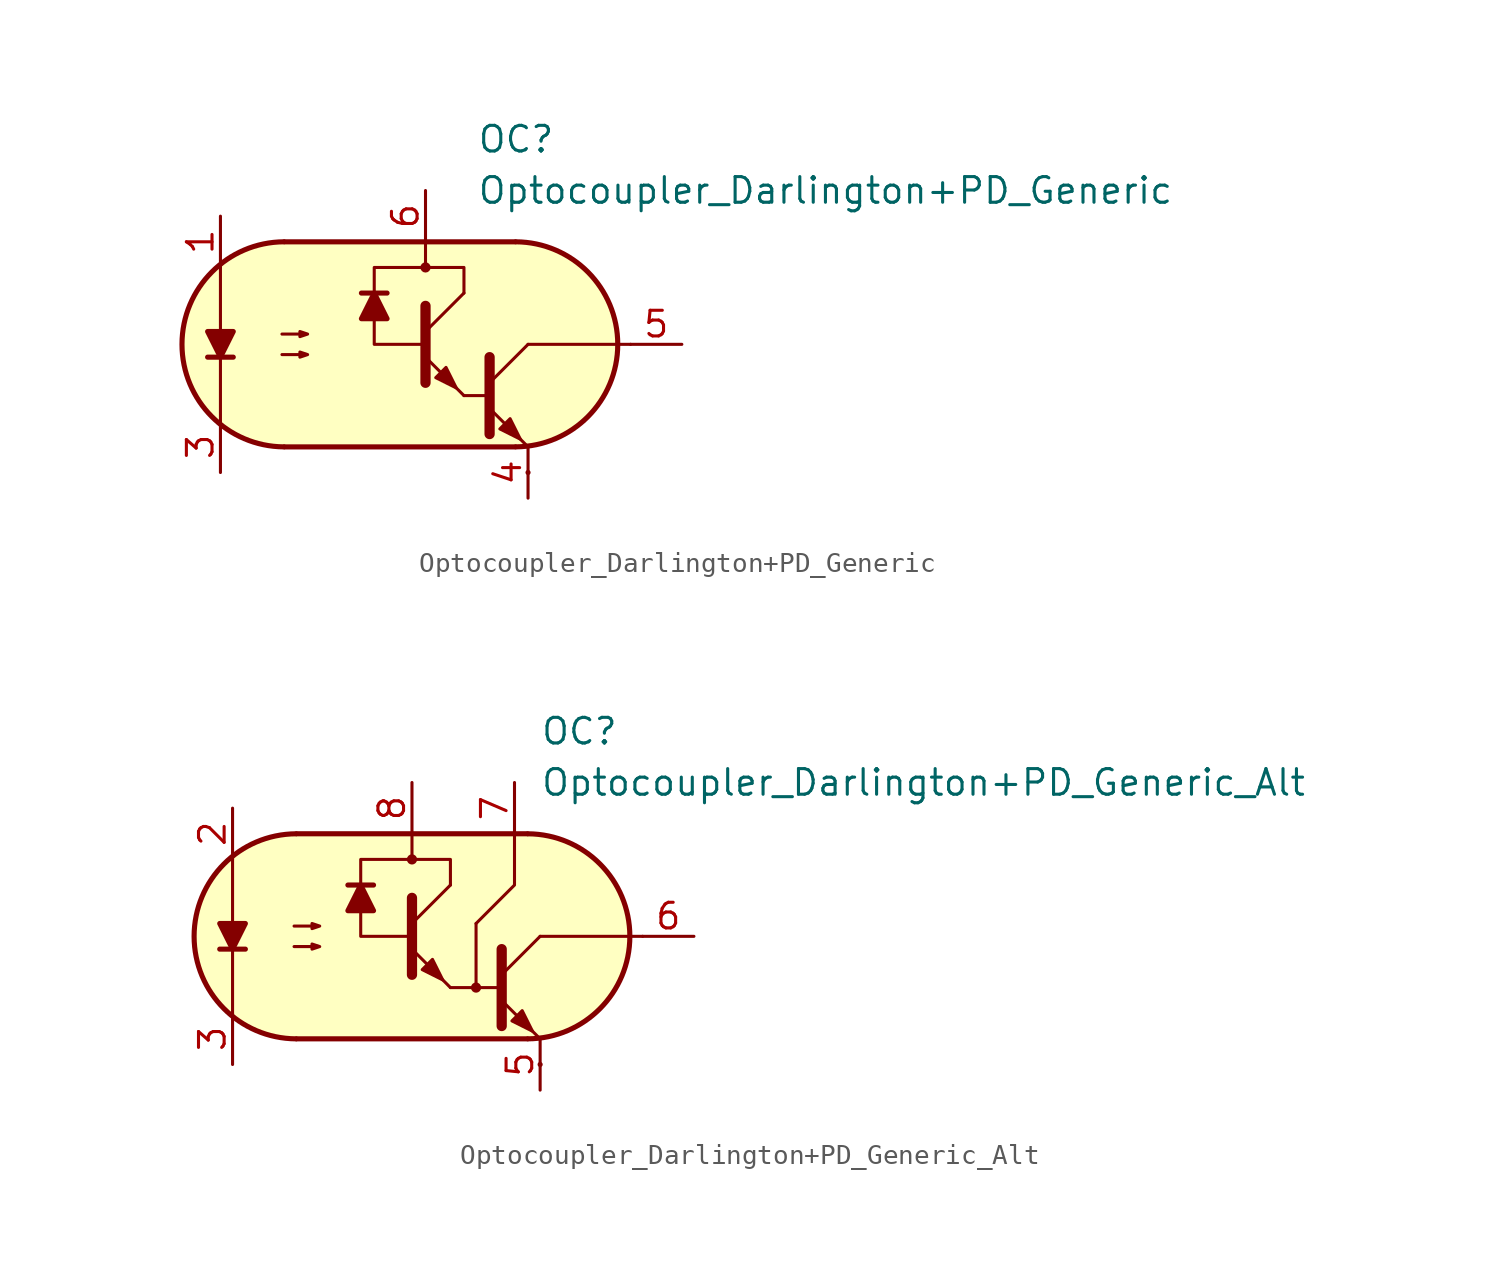
<source format=kicad_sym>
(kicad_symbol_lib
  (version 20231120)
  (generator "kicad_symbol_editor")
  (generator_version "8.0")
  (symbol "Optocoupler_Darlington+PD_Generic"
    (pin_names
      (offset 1.016))
    (property "Reference" "OC"
      (at 10.16 10.16 0)
      (effects (font (size 1.27 1.27)) (justify left)))
    (property "Value" "Optocoupler_Darlington+PD_Generic"
      (at 10.16 7.62 0)
      (effects (font (size 1.27 1.27)) (justify left)))
    (symbol "Optocoupler_Darlington+PD_Generic_0_0"
      (polyline (pts (xy 10.795 -2.54) (xy 9.525 -2.54)) (stroke (width 0) (type default)) (fill (type none)))
      (rectangle (start 12.7 -6.35) (end 12.7 -6.35) (stroke (width 0.254) (type default)) (fill (type background))))
    (symbol "Optocoupler_Darlington+PD_Generic_0_1"
      (polyline (pts (xy -3.175 -0.635) (xy -1.905 -0.635)) (stroke (width 0.254) (type default)) (fill (type none)))
      (polyline (pts (xy -2.54 -3.81) (xy -2.54 3.81)) (stroke (width 0.152) (type default)) (fill (type none)))
      (polyline (pts (xy 0.635 5.08) (xy 12.065 5.08)) (stroke (width 0.254) (type default)) (fill (type none)))
      (polyline (pts (xy 7.62 3.81) (xy 7.62 5.08)) (stroke (width 0.152) (type default)) (fill (type none)))
      (polyline (pts (xy 10.795 -1.905) (xy 12.7 0)) (stroke (width 0) (type default)) (fill (type none)))
      (polyline (pts (xy 12.065 -5.08) (xy 0.635 -5.08)) (stroke (width 0.254) (type default)) (fill (type none)))
      (polyline (pts (xy 12.7 -5.08) (xy 10.795 -3.175)) (stroke (width 0) (type default)) (fill (type outline)))
      (polyline (pts (xy 12.7 0) (xy 17.78 0)) (stroke (width 0.152) (type default)) (fill (type none)))
      (polyline (pts (xy 10.795 -0.635) (xy 10.795 -4.445) (xy 10.795 -4.445)) (stroke (width 0.508) (type default)) (fill (type none)))
      (polyline (pts (xy -2.54 -0.635) (xy -3.175 0.635) (xy -1.905 0.635) (xy -2.54 -0.635)) (stroke (width 0.254) (type default)) (fill (type outline)))
      (polyline (pts (xy 0.508 -0.508) (xy 1.778 -0.508) (xy 1.397 -0.635) (xy 1.397 -0.381) (xy 1.778 -0.508)) (stroke (width 0) (type default)) (fill (type none)))
      (polyline (pts (xy 0.508 0.508) (xy 1.778 0.508) (xy 1.397 0.381) (xy 1.397 0.635) (xy 1.778 0.508)) (stroke (width 0) (type default)) (fill (type none)))
      (polyline (pts (xy 9.525 2.54) (xy 9.525 3.81) (xy 5.08 3.81) (xy 5.08 0) (xy 7.62 0)) (stroke (width 0.152) (type default)) (fill (type none)))
      (polyline (pts (xy 11.303 -4.191) (xy 11.811 -3.683) (xy 12.319 -4.699) (xy 11.303 -4.191) (xy 11.303 -4.191)) (stroke (width 0) (type default)) (fill (type outline)))
      (polyline (pts (xy 0.635 5.08) (xy -0.635 4.953) (xy -2.032 4.318) (xy -3.048 3.556) (xy -3.937 2.286) (xy -4.318 0.889) (xy -4.445 0) (xy -4.318 -1.27) (xy -3.81 -2.54) (xy -3.048 -3.429) (xy -2.159 -4.191) (xy -1.143 -4.699) (xy -0.381 -4.953) (xy 0.508 -5.08) (xy 12.319 -5.08) (xy 13.589 -4.826) (xy 14.732 -4.318) (xy 15.621 -3.683) (xy 16.51 -2.54) (xy 17.018 -1.27) (xy 17.145 0) (xy 17.018 1.27) (xy 16.637 2.286) (xy 15.875 3.429) (xy 14.986 4.191) (xy 13.716 4.826) (xy 12.573 5.08) (xy 12.065 5.08) (xy 0.635 5.08)) (stroke (width 0.01) (type default)) (fill (type background)))
      (arc (start 0.6031 5.08) (mid -4.4451 0) (end 0.6031 -5.08) (stroke (width 0.254) (type default)) (fill (type none)))
      (arc (start 12.0969 -5.08) (mid 17.1451 0) (end 12.0969 5.08) (stroke (width 0.254) (type default)) (fill (type none))))
    (symbol "Optocoupler_Darlington+PD_Generic_1_1"
      (polyline (pts (xy 5.715 2.54) (xy 4.445 2.54)) (stroke (width 0.254) (type default)) (fill (type none)))
      (polyline (pts (xy 7.62 0.635) (xy 9.525 2.54)) (stroke (width 0) (type default)) (fill (type none)))
      (polyline (pts (xy 9.525 -2.54) (xy 7.62 -0.635)) (stroke (width 0) (type default)) (fill (type outline)))
      (polyline (pts (xy 7.62 1.905) (xy 7.62 -1.905) (xy 7.62 -1.905)) (stroke (width 0.508) (type default)) (fill (type none)))
      (polyline (pts (xy 5.08 2.54) (xy 5.715 1.27) (xy 4.445 1.27) (xy 5.08 2.54)) (stroke (width 0.254) (type default)) (fill (type outline)))
      (polyline (pts (xy 8.128 -1.651) (xy 8.636 -1.143) (xy 9.144 -2.159) (xy 8.128 -1.651) (xy 8.128 -1.651)) (stroke (width 0) (type default)) (fill (type outline)))
      (circle (center 7.62 3.81) (radius 0.178) (stroke (width 0) (type default)) (fill (type outline)))
      (pin passive line (at -2.54 6.35 270) (length 2.54) (name "~" (effects (font (size 1.27 1.27)))) (number "1" (effects (font (size 1.27 1.27)))))
      (pin free line (at 6.35 0 0) (length 2.54) hide (name "NC" (effects (font (size 1.27 1.27)))) (number "2" (effects (font (size 1.27 1.27)))))
      (pin passive line (at -2.54 -6.35 90) (length 2.54) (name "~" (effects (font (size 1.27 1.27)))) (number "3" (effects (font (size 1.27 1.27)))))
      (pin passive line (at 12.7 -7.62 90) (length 2.54) (name "~" (effects (font (size 1.27 1.27)))) (number "4" (effects (font (size 1.27 1.27)))))
      (pin passive line (at 20.32 0 180) (length 2.54) (name "~" (effects (font (size 1.27 1.27)))) (number "5" (effects (font (size 1.27 1.27)))))
      (pin passive line (at 7.62 7.62 270) (length 2.54) (name "~" (effects (font (size 1.27 1.27)))) (number "6" (effects (font (size 1.27 1.27)))))))
  (symbol "Optocoupler_Darlington+PD_Generic_Alt"
    (pin_names
      (offset 1.016))
    (property "Reference" "OC"
      (at 6.35 10.16 0)
      (effects (font (size 1.27 1.27)) (justify left)))
    (property "Value" "Optocoupler_Darlington+PD_Generic_Alt"
      (at 6.35 7.62 0)
      (effects (font (size 1.27 1.27)) (justify left)))
    (symbol "Optocoupler_Darlington+PD_Generic_Alt_0_0"
      (polyline (pts (xy 4.445 -2.54) (xy 3.175 -2.54)) (stroke (width 0) (type default)) (fill (type none)))
      (rectangle (start 6.35 -6.35) (end 6.35 -6.35) (stroke (width 0.254) (type default)) (fill (type background))))
    (symbol "Optocoupler_Darlington+PD_Generic_Alt_0_1"
      (arc (start -5.7469 5.08) (mid -10.7951 0) (end -5.7469 -5.08) (stroke (width 0.254) (type default)) (fill (type none)))
      (polyline (pts (xy -9.525 -0.635) (xy -8.255 -0.635)) (stroke (width 0.254) (type default)) (fill (type none)))
      (polyline (pts (xy -8.89 -3.81) (xy -8.89 3.81)) (stroke (width 0.152) (type default)) (fill (type none)))
      (polyline (pts (xy -5.715 5.08) (xy 5.715 5.08)) (stroke (width 0.254) (type default)) (fill (type none)))
      (polyline (pts (xy 0 3.81) (xy 0 5.08)) (stroke (width 0.152) (type default)) (fill (type none)))
      (polyline (pts (xy 1.905 -2.54) (xy 3.175 -2.54)) (stroke (width 0.152) (type default)) (fill (type none)))
      (polyline (pts (xy 3.175 0.635) (xy 3.175 -2.54)) (stroke (width 0.152) (type default)) (fill (type none)))
      (polyline (pts (xy 4.445 -1.905) (xy 6.35 0)) (stroke (width 0) (type default)) (fill (type none)))
      (polyline (pts (xy 5.715 -5.08) (xy -5.715 -5.08)) (stroke (width 0.254) (type default)) (fill (type none)))
      (polyline (pts (xy 6.35 -5.08) (xy 4.445 -3.175)) (stroke (width 0) (type default)) (fill (type outline)))
      (polyline (pts (xy 6.35 0) (xy 11.43 0)) (stroke (width 0.152) (type default)) (fill (type none)))
      (polyline (pts (xy 3.175 0.635) (xy 5.08 2.54) (xy 5.08 5.08)) (stroke (width 0.152) (type default)) (fill (type none)))
      (polyline (pts (xy 4.445 -0.635) (xy 4.445 -4.445) (xy 4.445 -4.445)) (stroke (width 0.508) (type default)) (fill (type none)))
      (polyline (pts (xy -8.89 -0.635) (xy -9.525 0.635) (xy -8.255 0.635) (xy -8.89 -0.635)) (stroke (width 0.254) (type default)) (fill (type outline)))
      (polyline (pts (xy -5.842 -0.508) (xy -4.572 -0.508) (xy -4.953 -0.635) (xy -4.953 -0.381) (xy -4.572 -0.508)) (stroke (width 0) (type default)) (fill (type none)))
      (polyline (pts (xy -5.842 0.508) (xy -4.572 0.508) (xy -4.953 0.381) (xy -4.953 0.635) (xy -4.572 0.508)) (stroke (width 0) (type default)) (fill (type none)))
      (polyline (pts (xy 1.905 2.54) (xy 1.905 3.81) (xy -2.54 3.81) (xy -2.54 0) (xy 0 0)) (stroke (width 0.152) (type default)) (fill (type none)))
      (polyline (pts (xy 4.953 -4.191) (xy 5.461 -3.683) (xy 5.969 -4.699) (xy 4.953 -4.191) (xy 4.953 -4.191)) (stroke (width 0) (type default)) (fill (type outline)))
      (polyline (pts (xy -5.715 5.08) (xy -6.985 4.953) (xy -8.382 4.318) (xy -9.398 3.556) (xy -10.287 2.286) (xy -10.668 0.889) (xy -10.795 0) (xy -10.668 -1.27) (xy -10.16 -2.54) (xy -9.398 -3.429) (xy -8.509 -4.191) (xy -7.493 -4.699) (xy -6.731 -4.953) (xy -5.842 -5.08) (xy 5.969 -5.08) (xy 7.239 -4.826) (xy 8.382 -4.318) (xy 9.271 -3.683) (xy 10.16 -2.54) (xy 10.668 -1.27) (xy 10.795 0) (xy 10.668 1.27) (xy 10.287 2.286) (xy 9.525 3.429) (xy 8.636 4.191) (xy 7.366 4.826) (xy 6.223 5.08) (xy 5.715 5.08) (xy -5.715 5.08)) (stroke (width 0.01) (type default)) (fill (type background)))
      (arc (start 5.7469 -5.08) (mid 10.7951 0) (end 5.7469 5.08) (stroke (width 0.254) (type default)) (fill (type none))))
    (symbol "Optocoupler_Darlington+PD_Generic_Alt_1_1"
      (polyline (pts (xy -1.905 2.54) (xy -3.175 2.54)) (stroke (width 0.254) (type default)) (fill (type none)))
      (polyline (pts (xy 0 0.635) (xy 1.905 2.54)) (stroke (width 0) (type default)) (fill (type none)))
      (polyline (pts (xy 1.905 -2.54) (xy 0 -0.635)) (stroke (width 0) (type default)) (fill (type outline)))
      (polyline (pts (xy 0 1.905) (xy 0 -1.905) (xy 0 -1.905)) (stroke (width 0.508) (type default)) (fill (type none)))
      (polyline (pts (xy -2.54 2.54) (xy -1.905 1.27) (xy -3.175 1.27) (xy -2.54 2.54)) (stroke (width 0.254) (type default)) (fill (type outline)))
      (polyline (pts (xy 0.508 -1.651) (xy 1.016 -1.143) (xy 1.524 -2.159) (xy 0.508 -1.651) (xy 0.508 -1.651)) (stroke (width 0) (type default)) (fill (type outline)))
      (circle (center 0 3.81) (radius 0.178) (stroke (width 0) (type default)) (fill (type outline)))
      (circle (center 3.175 -2.54) (radius 0.178) (stroke (width 0) (type default)) (fill (type outline)))
      (pin free line (at 0 1.27 0) (length 2.54) hide (name "NC" (effects (font (size 1.27 1.27)))) (number "1" (effects (font (size 1.27 1.27)))))
      (pin passive line (at -8.89 6.35 270) (length 2.54) (name "~" (effects (font (size 1.27 1.27)))) (number "2" (effects (font (size 1.27 1.27)))))
      (pin passive line (at -8.89 -6.35 90) (length 2.54) (name "~" (effects (font (size 1.27 1.27)))) (number "3" (effects (font (size 1.27 1.27)))))
      (pin free line (at 0 -1.27 0) (length 2.54) hide (name "NC" (effects (font (size 1.27 1.27)))) (number "4" (effects (font (size 1.27 1.27)))))
      (pin passive line (at 6.35 -7.62 90) (length 2.54) (name "~" (effects (font (size 1.27 1.27)))) (number "5" (effects (font (size 1.27 1.27)))))
      (pin passive line (at 13.97 0 180) (length 2.54) (name "~" (effects (font (size 1.27 1.27)))) (number "6" (effects (font (size 1.27 1.27)))))
      (pin passive line (at 5.08 7.62 270) (length 2.54) (name "~" (effects (font (size 1.27 1.27)))) (number "7" (effects (font (size 1.27 1.27)))))
      (pin passive line (at 0 7.62 270) (length 2.54) (name "~" (effects (font (size 1.27 1.27)))) (number "8" (effects (font (size 1.27 1.27))))))))
</source>
